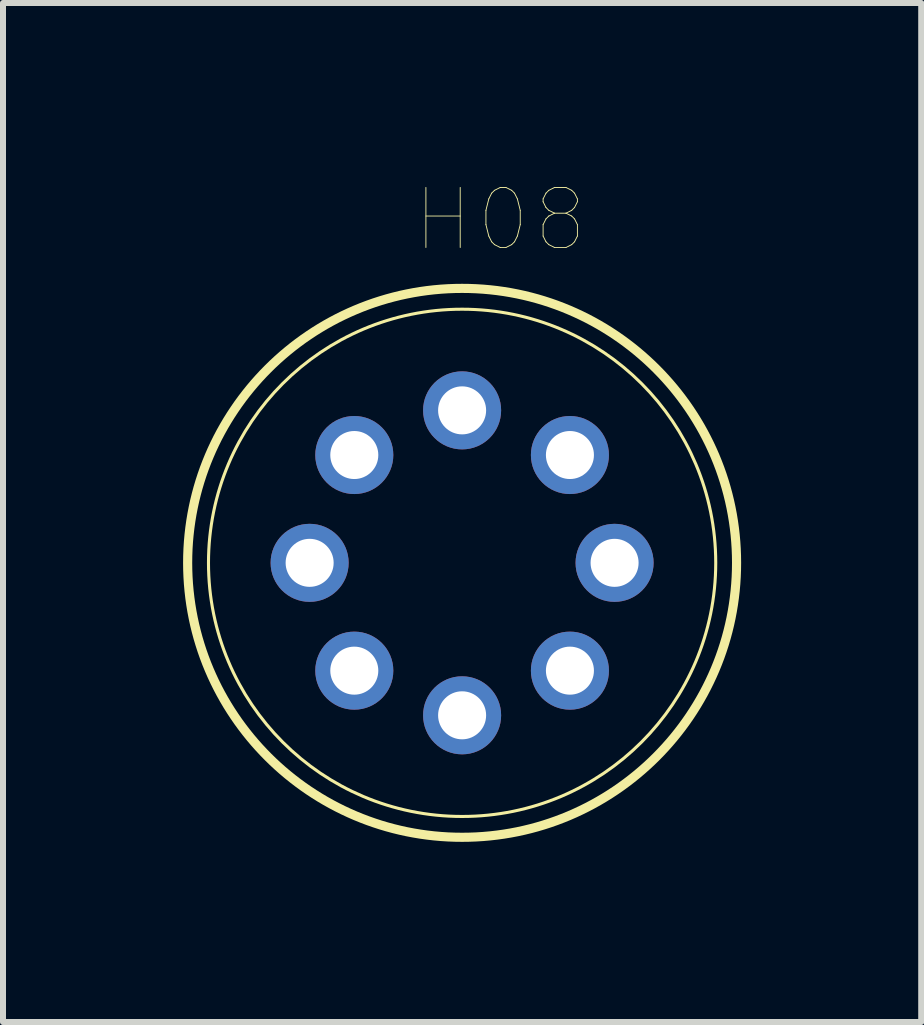
<source format=kicad_pcb>
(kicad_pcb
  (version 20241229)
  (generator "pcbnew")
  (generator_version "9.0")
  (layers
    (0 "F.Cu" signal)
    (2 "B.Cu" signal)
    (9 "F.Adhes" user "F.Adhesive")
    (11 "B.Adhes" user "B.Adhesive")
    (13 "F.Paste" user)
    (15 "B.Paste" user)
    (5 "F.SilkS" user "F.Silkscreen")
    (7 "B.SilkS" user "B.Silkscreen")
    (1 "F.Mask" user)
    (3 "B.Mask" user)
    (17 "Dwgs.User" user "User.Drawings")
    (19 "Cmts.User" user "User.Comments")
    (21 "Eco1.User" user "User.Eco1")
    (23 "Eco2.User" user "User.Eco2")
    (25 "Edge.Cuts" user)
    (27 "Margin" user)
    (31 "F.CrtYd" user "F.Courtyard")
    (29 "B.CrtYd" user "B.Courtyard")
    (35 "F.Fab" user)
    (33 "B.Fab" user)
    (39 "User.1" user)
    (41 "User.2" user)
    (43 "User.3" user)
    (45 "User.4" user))
  (footprint "H08"
    (layer "F.Cu")
    (at 4.648 6.326)
    (property "Reference" "H08" (at 0.635 -5.715 0) (layer "F.SilkS") (effects (font (size 1 1) (thickness 0.015))))
    (attr through_hole)
    (fp_circle (center 0 0) (end 4.225 0) (stroke (width 0.051) (type solid)) (fill no) (layer "F.SilkS"))
    (fp_circle (center 0 0) (end 4.572 0) (stroke (width 0.152) (type solid)) (fill no) (layer "F.SilkS"))
    (pad "1" thru_hole circle (at -1.796 1.796) (size 1.3 1.3) (drill 0.8) (layers "*.Cu" "*.Mask"))
    (pad "2" thru_hole circle (at 0 2.54) (size 1.3 1.3) (drill 0.8) (layers "*.Cu" "*.Mask"))
    (pad "3" thru_hole circle (at 1.796 1.796) (size 1.3 1.3) (drill 0.8) (layers "*.Cu" "*.Mask"))
    (pad "4" thru_hole circle (at 2.54 0) (size 1.3 1.3) (drill 0.8) (layers "*.Cu" "*.Mask"))
    (pad "5" thru_hole circle (at 1.796 -1.796) (size 1.3 1.3) (drill 0.8) (layers "*.Cu" "*.Mask"))
    (pad "6" thru_hole circle (at 0 -2.54) (size 1.3 1.3) (drill 0.8) (layers "*.Cu" "*.Mask"))
    (pad "7" thru_hole circle (at -1.796 -1.796) (size 1.3 1.3) (drill 0.8) (layers "*.Cu" "*.Mask"))
    (pad "8" thru_hole circle (at -2.54 0) (size 1.3 1.3) (drill 0.8) (layers "*.Cu" "*.Mask")))
  (gr_rect
    (start -3 -3)
    (end 12.296 13.975)
    (stroke (width 0.1) (type default))
    (fill no)
    (layer "Edge.Cuts")))
</source>
